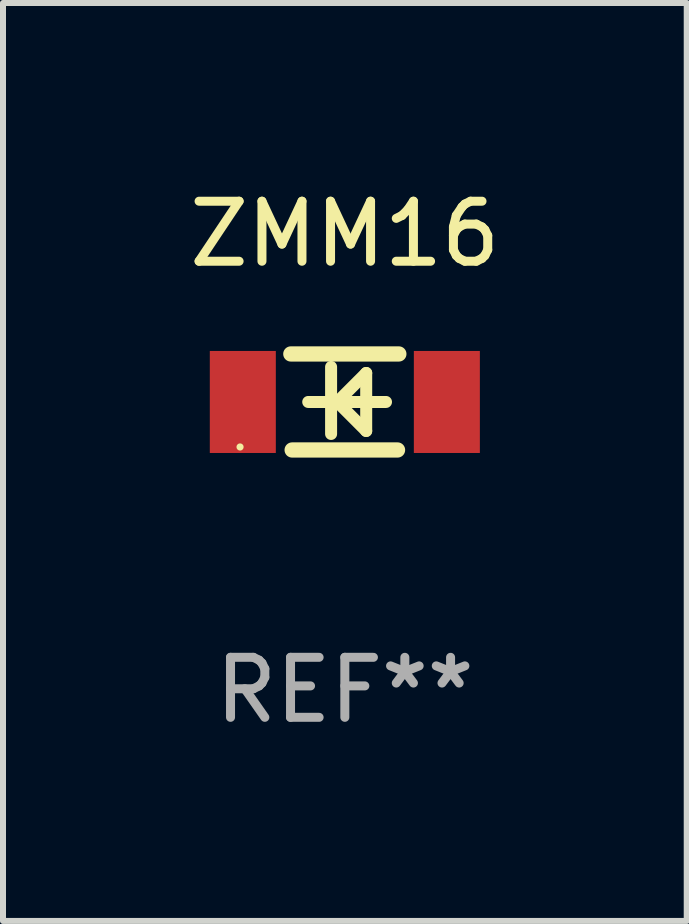
<source format=kicad_pcb>
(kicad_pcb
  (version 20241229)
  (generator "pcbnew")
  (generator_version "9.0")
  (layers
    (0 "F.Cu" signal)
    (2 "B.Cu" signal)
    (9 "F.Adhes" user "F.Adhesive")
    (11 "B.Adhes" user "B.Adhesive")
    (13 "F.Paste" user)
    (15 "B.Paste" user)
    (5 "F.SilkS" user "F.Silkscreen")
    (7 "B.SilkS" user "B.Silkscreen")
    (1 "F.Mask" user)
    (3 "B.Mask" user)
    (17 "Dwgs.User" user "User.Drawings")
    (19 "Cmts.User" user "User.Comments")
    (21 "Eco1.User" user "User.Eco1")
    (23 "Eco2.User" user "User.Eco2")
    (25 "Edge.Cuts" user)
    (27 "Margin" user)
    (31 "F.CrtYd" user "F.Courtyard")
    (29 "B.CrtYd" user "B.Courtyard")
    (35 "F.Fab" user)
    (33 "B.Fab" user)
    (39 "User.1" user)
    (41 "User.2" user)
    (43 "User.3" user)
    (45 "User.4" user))
  (footprint "ZMM16"
    (layer "F.Cu")
    (at 2.696 3.648)
    (property "Reference" "ZMM16" (at 0 -2.8 0) (layer "F.SilkS") (effects (font (size 1 1) (thickness 0.15))))
    (attr through_hole)
    (fp_line (start -0.9 -0.8) (end 0.9 -0.8) (stroke (width 0.254) (type solid)) (layer "F.SilkS"))
    (fp_line (start -0.878 0.8) (end 0.878 0.8) (stroke (width 0.254) (type solid)) (layer "F.SilkS"))
    (fp_line (start -0.61 0) (end 0.686 0) (stroke (width 0.2) (type solid)) (layer "F.SilkS"))
    (fp_line (start -0.229 -0.584) (end -0.229 0.533) (stroke (width 0.2) (type solid)) (layer "F.SilkS"))
    (fp_line (start -0.127 0) (end 0.356 -0.483) (stroke (width 0.2) (type solid)) (layer "F.SilkS"))
    (fp_line (start 0.356 -0.483) (end 0.356 0.483) (stroke (width 0.2) (type solid)) (layer "F.SilkS"))
    (fp_line (start 0.356 0.483) (end -0.102 0.025) (stroke (width 0.2) (type solid)) (layer "F.SilkS"))
    (fp_circle (center -1.746 0.75) (end -1.716 0.75) (stroke (width 0.06) (type solid)) (fill no) (layer "F.SilkS"))
    (fp_text user "REF**" (at 0 4.8 0) (layer "F.Fab") (effects (font (size 1 1) (thickness 0.15))))
    (pad "1" smd rect (at -1.7 0 180) (size 1.1 1.7) (layers "F.Cu" "F.Mask" "F.Paste"))
    (pad "2" smd rect (at 1.7 0 180) (size 1.1 1.7) (layers "F.Cu" "F.Mask" "F.Paste")))
  (gr_rect
    (start -3 -3)
    (end 8.393 12.296)
    (stroke (width 0.1) (type default))
    (fill no)
    (layer "Edge.Cuts")))
</source>
